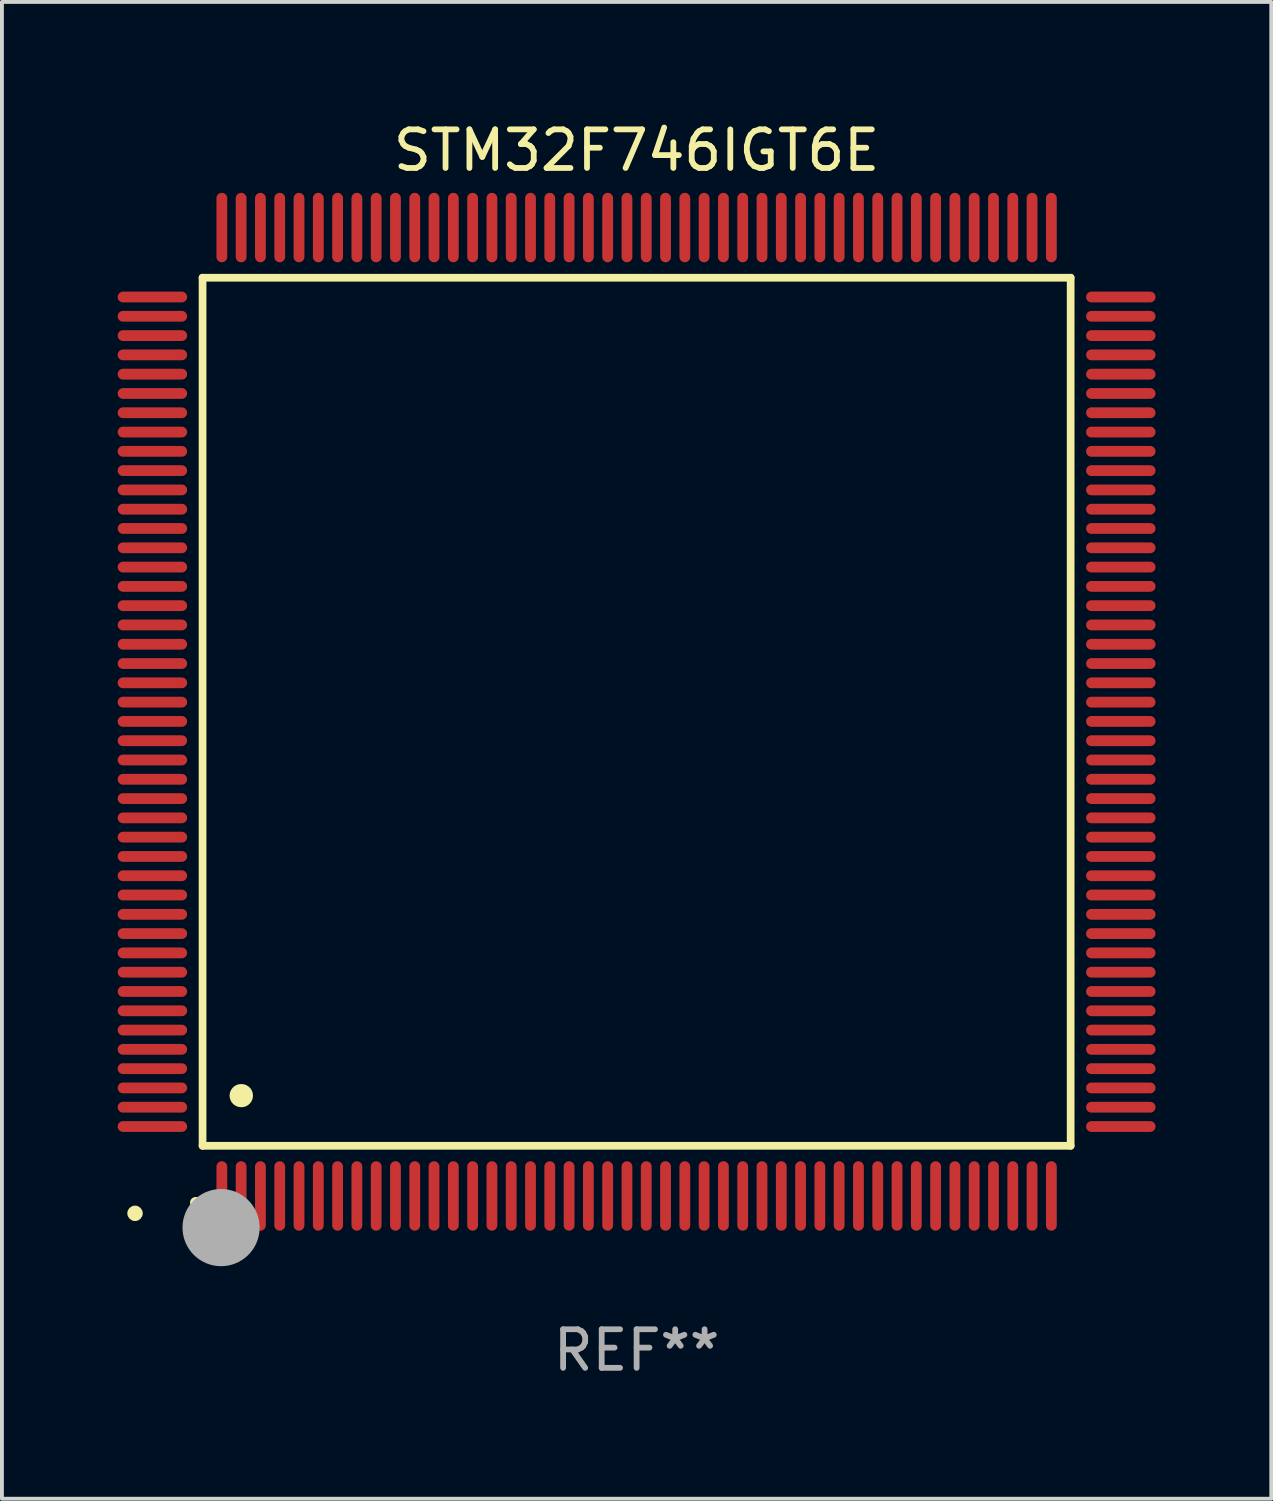
<source format=kicad_pcb>
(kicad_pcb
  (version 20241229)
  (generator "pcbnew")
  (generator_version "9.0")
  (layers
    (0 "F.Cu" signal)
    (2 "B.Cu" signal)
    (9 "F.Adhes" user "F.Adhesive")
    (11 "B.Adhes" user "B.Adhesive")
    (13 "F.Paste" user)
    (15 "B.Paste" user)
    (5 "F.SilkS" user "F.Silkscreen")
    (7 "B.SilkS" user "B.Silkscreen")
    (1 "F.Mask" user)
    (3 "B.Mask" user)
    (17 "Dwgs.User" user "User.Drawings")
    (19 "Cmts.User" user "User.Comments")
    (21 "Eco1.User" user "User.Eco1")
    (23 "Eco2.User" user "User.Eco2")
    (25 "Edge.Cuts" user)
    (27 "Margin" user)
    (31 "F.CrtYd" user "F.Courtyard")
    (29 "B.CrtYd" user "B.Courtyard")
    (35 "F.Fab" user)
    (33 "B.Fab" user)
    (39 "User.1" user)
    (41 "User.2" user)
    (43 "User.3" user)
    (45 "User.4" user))
  (footprint "STM32F746IGT6E"
    (layer "F.Cu")
    (at 13.45 15.398)
    (property "Reference" "STM32F746IGT6E" (at 0 -14.55 0) (layer "F.SilkS") (effects (font (size 1 1) (thickness 0.15))))
    (attr through_hole)
    (fp_line (start -11.25 -11.25) (end 11.25 -11.25) (stroke (width 0.2) (type solid)) (layer "F.SilkS"))
    (fp_line (start -11.25 11.25) (end -11.25 -11.25) (stroke (width 0.2) (type solid)) (layer "F.SilkS"))
    (fp_line (start 11.25 -11.25) (end 11.25 11.25) (stroke (width 0.2) (type solid)) (layer "F.SilkS"))
    (fp_line (start 11.25 11.25) (end -11.25 11.25) (stroke (width 0.2) (type solid)) (layer "F.SilkS"))
    (fp_arc (start -11.424943 12.725425) (mid -11.423673 12.72542) (end -11.422403 12.725425) (stroke (width 0.3) (type solid)) (layer "F.SilkS"))
    (fp_arc (start -10.24892 9.9492) (mid -10.24638 9.949189) (end -10.24384 9.9492) (stroke (width 0.6) (type solid)) (layer "F.SilkS"))
    (fp_circle (center -13 13) (end -12.9 13) (stroke (width 0.2) (type solid)) (fill no) (layer "F.SilkS"))
    (fp_circle (center -10.77 13.37) (end -10.27 13.37) (stroke (width 1) (type solid)) (fill no) (layer "F.Fab"))
    (fp_text user "REF**" (at 0 16.55 0) (layer "F.Fab") (effects (font (size 1 1) (thickness 0.15))))
    (pad "1" smd oval (at -10.75 12.55) (size 0.28 1.8) (layers "F.Cu" "F.Mask" "F.Paste"))
    (pad "2" smd oval (at -10.25 12.55) (size 0.28 1.8) (layers "F.Cu" "F.Mask" "F.Paste"))
    (pad "3" smd oval (at -9.75 12.55) (size 0.28 1.8) (layers "F.Cu" "F.Mask" "F.Paste"))
    (pad "4" smd oval (at -9.25 12.55) (size 0.28 1.8) (layers "F.Cu" "F.Mask" "F.Paste"))
    (pad "5" smd oval (at -8.75 12.55) (size 0.28 1.8) (layers "F.Cu" "F.Mask" "F.Paste"))
    (pad "6" smd oval (at -8.25 12.55) (size 0.28 1.8) (layers "F.Cu" "F.Mask" "F.Paste"))
    (pad "7" smd oval (at -7.75 12.55) (size 0.28 1.8) (layers "F.Cu" "F.Mask" "F.Paste"))
    (pad "8" smd oval (at -7.25 12.55) (size 0.28 1.8) (layers "F.Cu" "F.Mask" "F.Paste"))
    (pad "9" smd oval (at -6.75 12.55) (size 0.28 1.8) (layers "F.Cu" "F.Mask" "F.Paste"))
    (pad "10" smd oval (at -6.25 12.55) (size 0.28 1.8) (layers "F.Cu" "F.Mask" "F.Paste"))
    (pad "11" smd oval (at -5.75 12.55) (size 0.28 1.8) (layers "F.Cu" "F.Mask" "F.Paste"))
    (pad "12" smd oval (at -5.25 12.55) (size 0.28 1.8) (layers "F.Cu" "F.Mask" "F.Paste"))
    (pad "13" smd oval (at -4.75 12.55) (size 0.28 1.8) (layers "F.Cu" "F.Mask" "F.Paste"))
    (pad "14" smd oval (at -4.25 12.55) (size 0.28 1.8) (layers "F.Cu" "F.Mask" "F.Paste"))
    (pad "15" smd oval (at -3.75 12.55) (size 0.28 1.8) (layers "F.Cu" "F.Mask" "F.Paste"))
    (pad "16" smd oval (at -3.25 12.55) (size 0.28 1.8) (layers "F.Cu" "F.Mask" "F.Paste"))
    (pad "17" smd oval (at -2.75 12.55) (size 0.28 1.8) (layers "F.Cu" "F.Mask" "F.Paste"))
    (pad "18" smd oval (at -2.25 12.55) (size 0.28 1.8) (layers "F.Cu" "F.Mask" "F.Paste"))
    (pad "19" smd oval (at -1.75 12.55) (size 0.28 1.8) (layers "F.Cu" "F.Mask" "F.Paste"))
    (pad "20" smd oval (at -1.25 12.55) (size 0.28 1.8) (layers "F.Cu" "F.Mask" "F.Paste"))
    (pad "21" smd oval (at -0.75 12.55) (size 0.28 1.8) (layers "F.Cu" "F.Mask" "F.Paste"))
    (pad "22" smd oval (at -0.25 12.55) (size 0.28 1.8) (layers "F.Cu" "F.Mask" "F.Paste"))
    (pad "23" smd oval (at 0.25 12.55) (size 0.28 1.8) (layers "F.Cu" "F.Mask" "F.Paste"))
    (pad "24" smd oval (at 0.75 12.55) (size 0.28 1.8) (layers "F.Cu" "F.Mask" "F.Paste"))
    (pad "25" smd oval (at 1.25 12.55) (size 0.28 1.8) (layers "F.Cu" "F.Mask" "F.Paste"))
    (pad "26" smd oval (at 1.75 12.55) (size 0.28 1.8) (layers "F.Cu" "F.Mask" "F.Paste"))
    (pad "27" smd oval (at 2.25 12.55) (size 0.28 1.8) (layers "F.Cu" "F.Mask" "F.Paste"))
    (pad "28" smd oval (at 2.75 12.55) (size 0.28 1.8) (layers "F.Cu" "F.Mask" "F.Paste"))
    (pad "29" smd oval (at 3.25 12.55) (size 0.28 1.8) (layers "F.Cu" "F.Mask" "F.Paste"))
    (pad "30" smd oval (at 3.75 12.55) (size 0.28 1.8) (layers "F.Cu" "F.Mask" "F.Paste"))
    (pad "31" smd oval (at 4.25 12.55) (size 0.28 1.8) (layers "F.Cu" "F.Mask" "F.Paste"))
    (pad "32" smd oval (at 4.75 12.55) (size 0.28 1.8) (layers "F.Cu" "F.Mask" "F.Paste"))
    (pad "33" smd oval (at 5.25 12.55) (size 0.28 1.8) (layers "F.Cu" "F.Mask" "F.Paste"))
    (pad "34" smd oval (at 5.75 12.55) (size 0.28 1.8) (layers "F.Cu" "F.Mask" "F.Paste"))
    (pad "35" smd oval (at 6.25 12.55) (size 0.28 1.8) (layers "F.Cu" "F.Mask" "F.Paste"))
    (pad "36" smd oval (at 6.75 12.55) (size 0.28 1.8) (layers "F.Cu" "F.Mask" "F.Paste"))
    (pad "37" smd oval (at 7.25 12.55) (size 0.28 1.8) (layers "F.Cu" "F.Mask" "F.Paste"))
    (pad "38" smd oval (at 7.75 12.55) (size 0.28 1.8) (layers "F.Cu" "F.Mask" "F.Paste"))
    (pad "39" smd oval (at 8.25 12.55) (size 0.28 1.8) (layers "F.Cu" "F.Mask" "F.Paste"))
    (pad "40" smd oval (at 8.75 12.55) (size 0.28 1.8) (layers "F.Cu" "F.Mask" "F.Paste"))
    (pad "41" smd oval (at 9.25 12.55) (size 0.28 1.8) (layers "F.Cu" "F.Mask" "F.Paste"))
    (pad "42" smd oval (at 9.75 12.55) (size 0.28 1.8) (layers "F.Cu" "F.Mask" "F.Paste"))
    (pad "43" smd oval (at 10.25 12.55) (size 0.28 1.8) (layers "F.Cu" "F.Mask" "F.Paste"))
    (pad "44" smd oval (at 10.75 12.55) (size 0.28 1.8) (layers "F.Cu" "F.Mask" "F.Paste"))
    (pad "45" smd oval (at 12.55 10.75) (size 1.8 0.28) (layers "F.Cu" "F.Mask" "F.Paste"))
    (pad "46" smd oval (at 12.55 10.25) (size 1.8 0.28) (layers "F.Cu" "F.Mask" "F.Paste"))
    (pad "47" smd oval (at 12.55 9.75) (size 1.8 0.28) (layers "F.Cu" "F.Mask" "F.Paste"))
    (pad "48" smd oval (at 12.55 9.25) (size 1.8 0.28) (layers "F.Cu" "F.Mask" "F.Paste"))
    (pad "49" smd oval (at 12.55 8.75) (size 1.8 0.28) (layers "F.Cu" "F.Mask" "F.Paste"))
    (pad "50" smd oval (at 12.55 8.25) (size 1.8 0.28) (layers "F.Cu" "F.Mask" "F.Paste"))
    (pad "51" smd oval (at 12.55 7.75) (size 1.8 0.28) (layers "F.Cu" "F.Mask" "F.Paste"))
    (pad "52" smd oval (at 12.55 7.25) (size 1.8 0.28) (layers "F.Cu" "F.Mask" "F.Paste"))
    (pad "53" smd oval (at 12.55 6.75) (size 1.8 0.28) (layers "F.Cu" "F.Mask" "F.Paste"))
    (pad "54" smd oval (at 12.55 6.25) (size 1.8 0.28) (layers "F.Cu" "F.Mask" "F.Paste"))
    (pad "55" smd oval (at 12.55 5.75) (size 1.8 0.28) (layers "F.Cu" "F.Mask" "F.Paste"))
    (pad "56" smd oval (at 12.55 5.25) (size 1.8 0.28) (layers "F.Cu" "F.Mask" "F.Paste"))
    (pad "57" smd oval (at 12.55 4.75) (size 1.8 0.28) (layers "F.Cu" "F.Mask" "F.Paste"))
    (pad "58" smd oval (at 12.55 4.25) (size 1.8 0.28) (layers "F.Cu" "F.Mask" "F.Paste"))
    (pad "59" smd oval (at 12.55 3.75) (size 1.8 0.28) (layers "F.Cu" "F.Mask" "F.Paste"))
    (pad "60" smd oval (at 12.55 3.25) (size 1.8 0.28) (layers "F.Cu" "F.Mask" "F.Paste"))
    (pad "61" smd oval (at 12.55 2.75) (size 1.8 0.28) (layers "F.Cu" "F.Mask" "F.Paste"))
    (pad "62" smd oval (at 12.55 2.25) (size 1.8 0.28) (layers "F.Cu" "F.Mask" "F.Paste"))
    (pad "63" smd oval (at 12.55 1.75) (size 1.8 0.28) (layers "F.Cu" "F.Mask" "F.Paste"))
    (pad "64" smd oval (at 12.55 1.25) (size 1.8 0.28) (layers "F.Cu" "F.Mask" "F.Paste"))
    (pad "65" smd oval (at 12.55 0.75) (size 1.8 0.28) (layers "F.Cu" "F.Mask" "F.Paste"))
    (pad "66" smd oval (at 12.55 0.25) (size 1.8 0.28) (layers "F.Cu" "F.Mask" "F.Paste"))
    (pad "67" smd oval (at 12.55 -0.25) (size 1.8 0.28) (layers "F.Cu" "F.Mask" "F.Paste"))
    (pad "68" smd oval (at 12.55 -0.75) (size 1.8 0.28) (layers "F.Cu" "F.Mask" "F.Paste"))
    (pad "69" smd oval (at 12.55 -1.25) (size 1.8 0.28) (layers "F.Cu" "F.Mask" "F.Paste"))
    (pad "70" smd oval (at 12.55 -1.75) (size 1.8 0.28) (layers "F.Cu" "F.Mask" "F.Paste"))
    (pad "71" smd oval (at 12.55 -2.25) (size 1.8 0.28) (layers "F.Cu" "F.Mask" "F.Paste"))
    (pad "72" smd oval (at 12.55 -2.75) (size 1.8 0.28) (layers "F.Cu" "F.Mask" "F.Paste"))
    (pad "73" smd oval (at 12.55 -3.25) (size 1.8 0.28) (layers "F.Cu" "F.Mask" "F.Paste"))
    (pad "74" smd oval (at 12.55 -3.75) (size 1.8 0.28) (layers "F.Cu" "F.Mask" "F.Paste"))
    (pad "75" smd oval (at 12.55 -4.25) (size 1.8 0.28) (layers "F.Cu" "F.Mask" "F.Paste"))
    (pad "76" smd oval (at 12.55 -4.75) (size 1.8 0.28) (layers "F.Cu" "F.Mask" "F.Paste"))
    (pad "77" smd oval (at 12.55 -5.25) (size 1.8 0.28) (layers "F.Cu" "F.Mask" "F.Paste"))
    (pad "78" smd oval (at 12.55 -5.75) (size 1.8 0.28) (layers "F.Cu" "F.Mask" "F.Paste"))
    (pad "79" smd oval (at 12.55 -6.25) (size 1.8 0.28) (layers "F.Cu" "F.Mask" "F.Paste"))
    (pad "80" smd oval (at 12.55 -6.75) (size 1.8 0.28) (layers "F.Cu" "F.Mask" "F.Paste"))
    (pad "81" smd oval (at 12.55 -7.25) (size 1.8 0.28) (layers "F.Cu" "F.Mask" "F.Paste"))
    (pad "82" smd oval (at 12.55 -7.75) (size 1.8 0.28) (layers "F.Cu" "F.Mask" "F.Paste"))
    (pad "83" smd oval (at 12.55 -8.25) (size 1.8 0.28) (layers "F.Cu" "F.Mask" "F.Paste"))
    (pad "84" smd oval (at 12.55 -8.75) (size 1.8 0.28) (layers "F.Cu" "F.Mask" "F.Paste"))
    (pad "85" smd oval (at 12.55 -9.25) (size 1.8 0.28) (layers "F.Cu" "F.Mask" "F.Paste"))
    (pad "86" smd oval (at 12.55 -9.75) (size 1.8 0.28) (layers "F.Cu" "F.Mask" "F.Paste"))
    (pad "87" smd oval (at 12.55 -10.25) (size 1.8 0.28) (layers "F.Cu" "F.Mask" "F.Paste"))
    (pad "88" smd oval (at 12.55 -10.75) (size 1.8 0.28) (layers "F.Cu" "F.Mask" "F.Paste"))
    (pad "89" smd oval (at 10.75 -12.55) (size 0.28 1.8) (layers "F.Cu" "F.Mask" "F.Paste"))
    (pad "90" smd oval (at 10.25 -12.55) (size 0.28 1.8) (layers "F.Cu" "F.Mask" "F.Paste"))
    (pad "91" smd oval (at 9.75 -12.55) (size 0.28 1.8) (layers "F.Cu" "F.Mask" "F.Paste"))
    (pad "92" smd oval (at 9.25 -12.55) (size 0.28 1.8) (layers "F.Cu" "F.Mask" "F.Paste"))
    (pad "93" smd oval (at 8.75 -12.55) (size 0.28 1.8) (layers "F.Cu" "F.Mask" "F.Paste"))
    (pad "94" smd oval (at 8.25 -12.55) (size 0.28 1.8) (layers "F.Cu" "F.Mask" "F.Paste"))
    (pad "95" smd oval (at 7.75 -12.55) (size 0.28 1.8) (layers "F.Cu" "F.Mask" "F.Paste"))
    (pad "96" smd oval (at 7.25 -12.55) (size 0.28 1.8) (layers "F.Cu" "F.Mask" "F.Paste"))
    (pad "97" smd oval (at 6.75 -12.55) (size 0.28 1.8) (layers "F.Cu" "F.Mask" "F.Paste"))
    (pad "98" smd oval (at 6.25 -12.55) (size 0.28 1.8) (layers "F.Cu" "F.Mask" "F.Paste"))
    (pad "99" smd oval (at 5.75 -12.55) (size 0.28 1.8) (layers "F.Cu" "F.Mask" "F.Paste"))
    (pad "100" smd oval (at 5.25 -12.55) (size 0.28 1.8) (layers "F.Cu" "F.Mask" "F.Paste"))
    (pad "101" smd oval (at 4.75 -12.55) (size 0.28 1.8) (layers "F.Cu" "F.Mask" "F.Paste"))
    (pad "102" smd oval (at 4.25 -12.55) (size 0.28 1.8) (layers "F.Cu" "F.Mask" "F.Paste"))
    (pad "103" smd oval (at 3.75 -12.55) (size 0.28 1.8) (layers "F.Cu" "F.Mask" "F.Paste"))
    (pad "104" smd oval (at 3.25 -12.55) (size 0.28 1.8) (layers "F.Cu" "F.Mask" "F.Paste"))
    (pad "105" smd oval (at 2.75 -12.55) (size 0.28 1.8) (layers "F.Cu" "F.Mask" "F.Paste"))
    (pad "106" smd oval (at 2.25 -12.55) (size 0.28 1.8) (layers "F.Cu" "F.Mask" "F.Paste"))
    (pad "107" smd oval (at 1.75 -12.55) (size 0.28 1.8) (layers "F.Cu" "F.Mask" "F.Paste"))
    (pad "108" smd oval (at 1.25 -12.55) (size 0.28 1.8) (layers "F.Cu" "F.Mask" "F.Paste"))
    (pad "109" smd oval (at 0.75 -12.55) (size 0.28 1.8) (layers "F.Cu" "F.Mask" "F.Paste"))
    (pad "110" smd oval (at 0.25 -12.55) (size 0.28 1.8) (layers "F.Cu" "F.Mask" "F.Paste"))
    (pad "111" smd oval (at -0.25 -12.55) (size 0.28 1.8) (layers "F.Cu" "F.Mask" "F.Paste"))
    (pad "112" smd oval (at -0.75 -12.55) (size 0.28 1.8) (layers "F.Cu" "F.Mask" "F.Paste"))
    (pad "113" smd oval (at -1.25 -12.55) (size 0.28 1.8) (layers "F.Cu" "F.Mask" "F.Paste"))
    (pad "114" smd oval (at -1.75 -12.55) (size 0.28 1.8) (layers "F.Cu" "F.Mask" "F.Paste"))
    (pad "115" smd oval (at -2.25 -12.55) (size 0.28 1.8) (layers "F.Cu" "F.Mask" "F.Paste"))
    (pad "116" smd oval (at -2.75 -12.55) (size 0.28 1.8) (layers "F.Cu" "F.Mask" "F.Paste"))
    (pad "117" smd oval (at -3.25 -12.55) (size 0.28 1.8) (layers "F.Cu" "F.Mask" "F.Paste"))
    (pad "118" smd oval (at -3.75 -12.55) (size 0.28 1.8) (layers "F.Cu" "F.Mask" "F.Paste"))
    (pad "119" smd oval (at -4.25 -12.55) (size 0.28 1.8) (layers "F.Cu" "F.Mask" "F.Paste"))
    (pad "120" smd oval (at -4.75 -12.55) (size 0.28 1.8) (layers "F.Cu" "F.Mask" "F.Paste"))
    (pad "121" smd oval (at -5.25 -12.55) (size 0.28 1.8) (layers "F.Cu" "F.Mask" "F.Paste"))
    (pad "122" smd oval (at -5.75 -12.55) (size 0.28 1.8) (layers "F.Cu" "F.Mask" "F.Paste"))
    (pad "123" smd oval (at -6.25 -12.55) (size 0.28 1.8) (layers "F.Cu" "F.Mask" "F.Paste"))
    (pad "124" smd oval (at -6.75 -12.55) (size 0.28 1.8) (layers "F.Cu" "F.Mask" "F.Paste"))
    (pad "125" smd oval (at -7.25 -12.55) (size 0.28 1.8) (layers "F.Cu" "F.Mask" "F.Paste"))
    (pad "126" smd oval (at -7.75 -12.55) (size 0.28 1.8) (layers "F.Cu" "F.Mask" "F.Paste"))
    (pad "127" smd oval (at -8.25 -12.55) (size 0.28 1.8) (layers "F.Cu" "F.Mask" "F.Paste"))
    (pad "128" smd oval (at -8.75 -12.55) (size 0.28 1.8) (layers "F.Cu" "F.Mask" "F.Paste"))
    (pad "129" smd oval (at -9.25 -12.55) (size 0.28 1.8) (layers "F.Cu" "F.Mask" "F.Paste"))
    (pad "130" smd oval (at -9.75 -12.55) (size 0.28 1.8) (layers "F.Cu" "F.Mask" "F.Paste"))
    (pad "131" smd oval (at -10.25 -12.55) (size 0.28 1.8) (layers "F.Cu" "F.Mask" "F.Paste"))
    (pad "132" smd oval (at -10.75 -12.55) (size 0.28 1.8) (layers "F.Cu" "F.Mask" "F.Paste"))
    (pad "133" smd oval (at -12.55 -10.75) (size 1.8 0.28) (layers "F.Cu" "F.Mask" "F.Paste"))
    (pad "134" smd oval (at -12.55 -10.25) (size 1.8 0.28) (layers "F.Cu" "F.Mask" "F.Paste"))
    (pad "135" smd oval (at -12.55 -9.75) (size 1.8 0.28) (layers "F.Cu" "F.Mask" "F.Paste"))
    (pad "136" smd oval (at -12.55 -9.25) (size 1.8 0.28) (layers "F.Cu" "F.Mask" "F.Paste"))
    (pad "137" smd oval (at -12.55 -8.75) (size 1.8 0.28) (layers "F.Cu" "F.Mask" "F.Paste"))
    (pad "138" smd oval (at -12.55 -8.25) (size 1.8 0.28) (layers "F.Cu" "F.Mask" "F.Paste"))
    (pad "139" smd oval (at -12.55 -7.75) (size 1.8 0.28) (layers "F.Cu" "F.Mask" "F.Paste"))
    (pad "140" smd oval (at -12.55 -7.25) (size 1.8 0.28) (layers "F.Cu" "F.Mask" "F.Paste"))
    (pad "141" smd oval (at -12.55 -6.75) (size 1.8 0.28) (layers "F.Cu" "F.Mask" "F.Paste"))
    (pad "142" smd oval (at -12.55 -6.25) (size 1.8 0.28) (layers "F.Cu" "F.Mask" "F.Paste"))
    (pad "143" smd oval (at -12.55 -5.75) (size 1.8 0.28) (layers "F.Cu" "F.Mask" "F.Paste"))
    (pad "144" smd oval (at -12.55 -5.25) (size 1.8 0.28) (layers "F.Cu" "F.Mask" "F.Paste"))
    (pad "145" smd oval (at -12.55 -4.75) (size 1.8 0.28) (layers "F.Cu" "F.Mask" "F.Paste"))
    (pad "146" smd oval (at -12.55 -4.25) (size 1.8 0.28) (layers "F.Cu" "F.Mask" "F.Paste"))
    (pad "147" smd oval (at -12.55 -3.75) (size 1.8 0.28) (layers "F.Cu" "F.Mask" "F.Paste"))
    (pad "148" smd oval (at -12.55 -3.25) (size 1.8 0.28) (layers "F.Cu" "F.Mask" "F.Paste"))
    (pad "149" smd oval (at -12.55 -2.75) (size 1.8 0.28) (layers "F.Cu" "F.Mask" "F.Paste"))
    (pad "150" smd oval (at -12.55 -2.25) (size 1.8 0.28) (layers "F.Cu" "F.Mask" "F.Paste"))
    (pad "151" smd oval (at -12.55 -1.75) (size 1.8 0.28) (layers "F.Cu" "F.Mask" "F.Paste"))
    (pad "152" smd oval (at -12.55 -1.25) (size 1.8 0.28) (layers "F.Cu" "F.Mask" "F.Paste"))
    (pad "153" smd oval (at -12.55 -0.75) (size 1.8 0.28) (layers "F.Cu" "F.Mask" "F.Paste"))
    (pad "154" smd oval (at -12.55 -0.25) (size 1.8 0.28) (layers "F.Cu" "F.Mask" "F.Paste"))
    (pad "155" smd oval (at -12.55 0.25) (size 1.8 0.28) (layers "F.Cu" "F.Mask" "F.Paste"))
    (pad "156" smd oval (at -12.55 0.75) (size 1.8 0.28) (layers "F.Cu" "F.Mask" "F.Paste"))
    (pad "157" smd oval (at -12.55 1.25) (size 1.8 0.28) (layers "F.Cu" "F.Mask" "F.Paste"))
    (pad "158" smd oval (at -12.55 1.75) (size 1.8 0.28) (layers "F.Cu" "F.Mask" "F.Paste"))
    (pad "159" smd oval (at -12.55 2.25) (size 1.8 0.28) (layers "F.Cu" "F.Mask" "F.Paste"))
    (pad "160" smd oval (at -12.55 2.75) (size 1.8 0.28) (layers "F.Cu" "F.Mask" "F.Paste"))
    (pad "161" smd oval (at -12.55 3.25) (size 1.8 0.28) (layers "F.Cu" "F.Mask" "F.Paste"))
    (pad "162" smd oval (at -12.55 3.75) (size 1.8 0.28) (layers "F.Cu" "F.Mask" "F.Paste"))
    (pad "163" smd oval (at -12.55 4.25) (size 1.8 0.28) (layers "F.Cu" "F.Mask" "F.Paste"))
    (pad "164" smd oval (at -12.55 4.75) (size 1.8 0.28) (layers "F.Cu" "F.Mask" "F.Paste"))
    (pad "165" smd oval (at -12.55 5.25) (size 1.8 0.28) (layers "F.Cu" "F.Mask" "F.Paste"))
    (pad "166" smd oval (at -12.55 5.75) (size 1.8 0.28) (layers "F.Cu" "F.Mask" "F.Paste"))
    (pad "167" smd oval (at -12.55 6.25) (size 1.8 0.28) (layers "F.Cu" "F.Mask" "F.Paste"))
    (pad "168" smd oval (at -12.55 6.75) (size 1.8 0.28) (layers "F.Cu" "F.Mask" "F.Paste"))
    (pad "169" smd oval (at -12.55 7.25) (size 1.8 0.28) (layers "F.Cu" "F.Mask" "F.Paste"))
    (pad "170" smd oval (at -12.55 7.75) (size 1.8 0.28) (layers "F.Cu" "F.Mask" "F.Paste"))
    (pad "171" smd oval (at -12.55 8.25) (size 1.8 0.28) (layers "F.Cu" "F.Mask" "F.Paste"))
    (pad "172" smd oval (at -12.55 8.75) (size 1.8 0.28) (layers "F.Cu" "F.Mask" "F.Paste"))
    (pad "173" smd oval (at -12.55 9.25) (size 1.8 0.28) (layers "F.Cu" "F.Mask" "F.Paste"))
    (pad "174" smd oval (at -12.55 9.75) (size 1.8 0.28) (layers "F.Cu" "F.Mask" "F.Paste"))
    (pad "175" smd oval (at -12.55 10.25) (size 1.8 0.28) (layers "F.Cu" "F.Mask" "F.Paste"))
    (pad "176" smd oval (at -12.55 10.75) (size 1.8 0.28) (layers "F.Cu" "F.Mask" "F.Paste")))
  (gr_rect
    (start -3 -3)
    (end 29.9 35.796)
    (stroke (width 0.1) (type default))
    (fill no)
    (layer "Edge.Cuts")))
</source>
